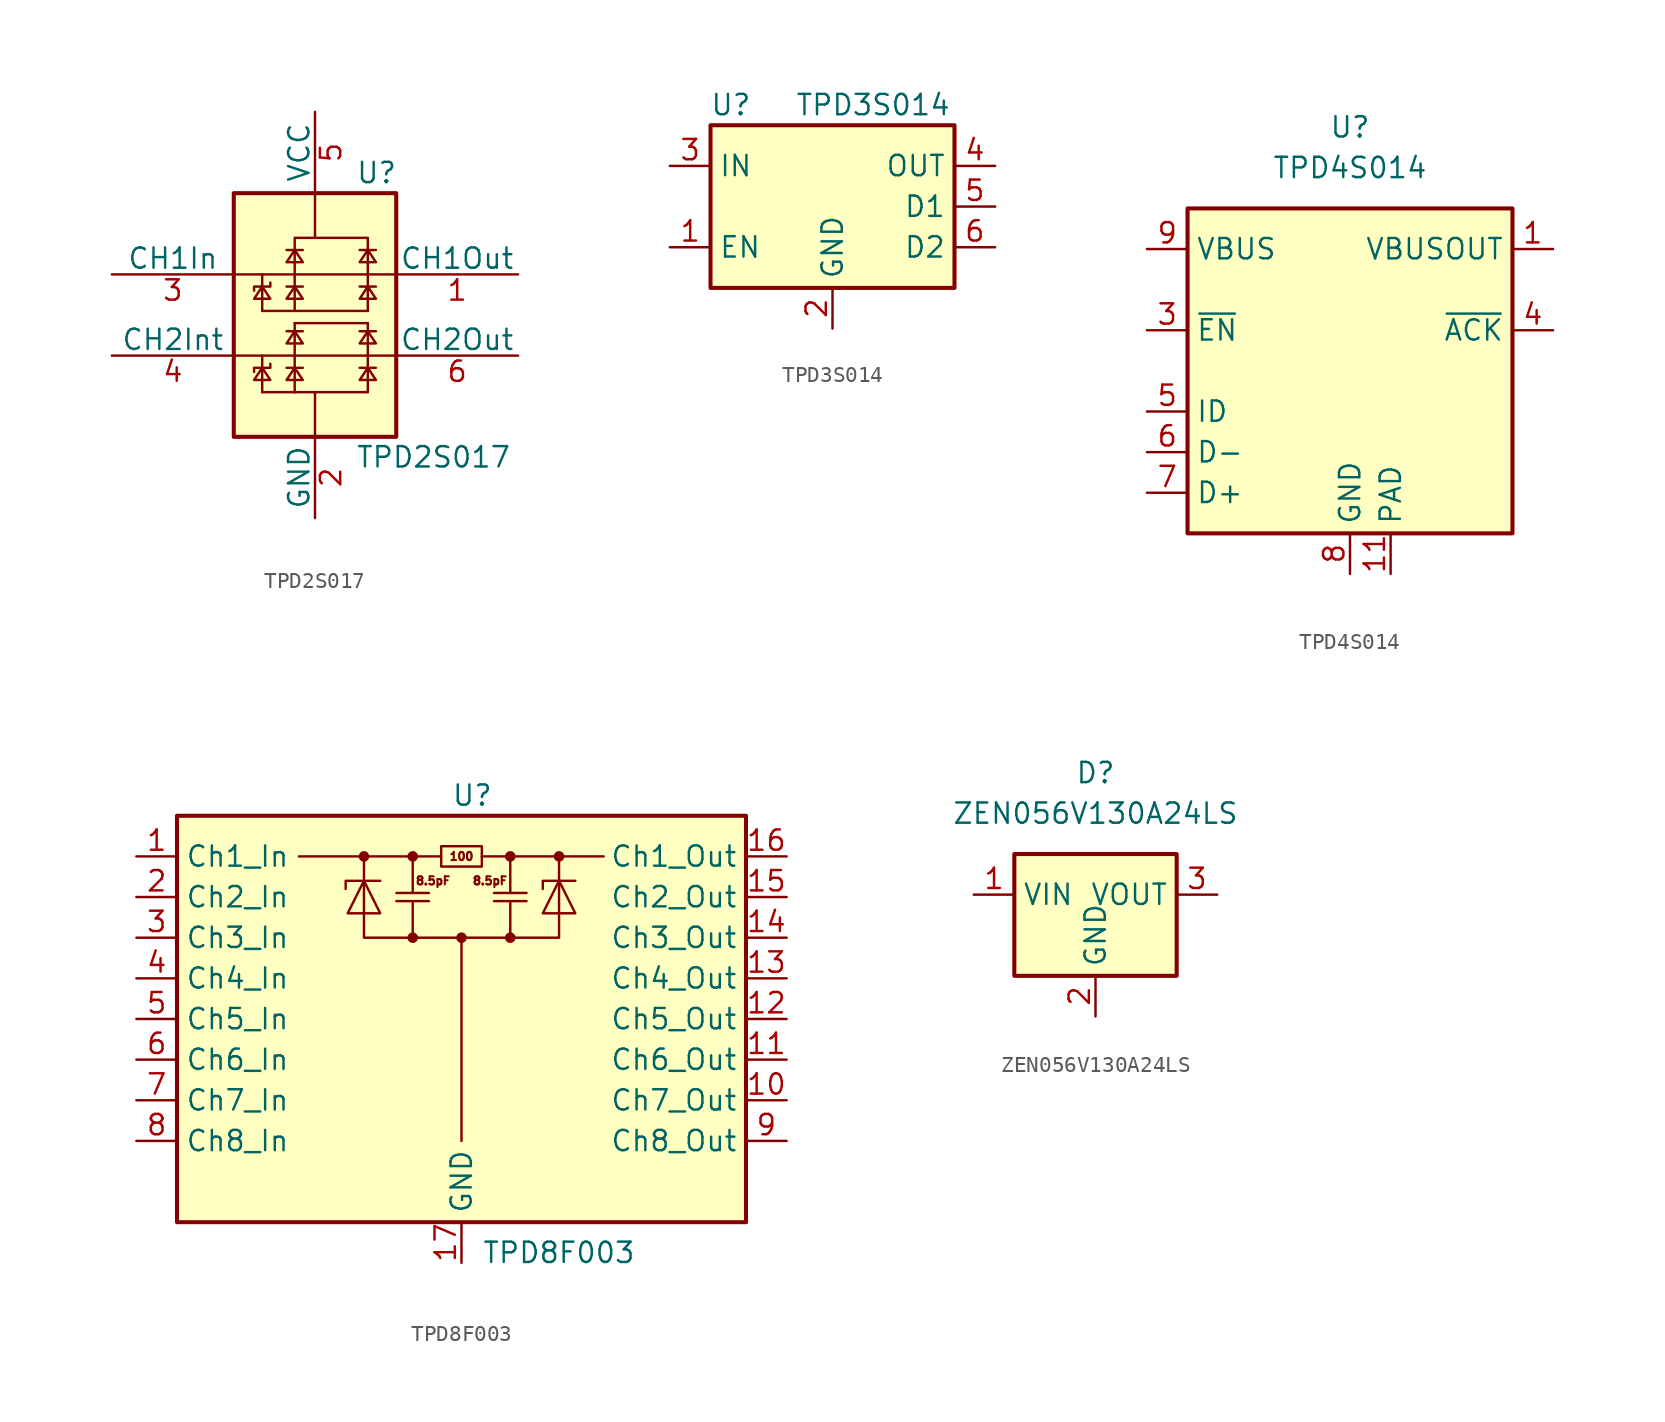
<source format=kicad_sym>
(kicad_symbol_lib
  (version 20211014)
  (generator kicad_symbol_editor)
  (symbol "TPD2S017"
    (pin_names
      (offset 0))
    (property "Reference" "U"
      (at 2.54 8.89 0)
      (effects (font (size 1.27 1.27)) (justify left)))
    (property "Value" "TPD2S017"
      (at 2.54 -8.89 0)
      (effects (font (size 1.27 1.27)) (justify left)))
    (symbol "TPD2S017_0_1"
      (rectangle (start -5.08 7.62) (end 5.08 -7.62) (stroke (width 0.254) (type default) (color 0 0 0 0)) (fill (type background)))
      (polyline (pts (xy 0 4.826) (xy 0 7.62)) (stroke (width 0) (type default) (color 0 0 0 0)) (fill (type none)))
      (polyline (pts (xy -5.08 -2.54) (xy 5.08 -2.54) (xy 5.08 -2.54)) (stroke (width 0) (type default) (color 0 0 0 0)) (fill (type none)))
      (polyline (pts (xy -5.08 2.54) (xy 5.08 2.54) (xy 5.08 2.54)) (stroke (width 0) (type default) (color 0 0 0 0)) (fill (type none)))
      (polyline (pts (xy -3.302 -4.826) (xy -1.27 -4.826) (xy -1.27 -4.826)) (stroke (width 0) (type default) (color 0 0 0 0)) (fill (type none)))
      (polyline (pts (xy -3.302 -3.302) (xy -3.302 -2.54) (xy -3.302 -2.54)) (stroke (width 0) (type default) (color 0 0 0 0)) (fill (type none)))
      (polyline (pts (xy -3.302 0.254) (xy -3.302 1.778) (xy -3.302 1.016)) (stroke (width 0) (type default) (color 0 0 0 0)) (fill (type none)))
      (polyline (pts (xy -3.302 0.254) (xy -1.27 0.254) (xy -1.27 0.254)) (stroke (width 0) (type default) (color 0 0 0 0)) (fill (type none)))
      (polyline (pts (xy -3.302 1.778) (xy -3.302 2.54) (xy -3.302 2.54)) (stroke (width 0) (type default) (color 0 0 0 0)) (fill (type none)))
      (polyline (pts (xy -1.778 -3.302) (xy -1.27 -3.302) (xy -0.762 -3.302)) (stroke (width 0) (type default) (color 0 0 0 0)) (fill (type none)))
      (polyline (pts (xy -1.778 -1.016) (xy -1.27 -1.016) (xy -0.762 -1.016)) (stroke (width 0) (type default) (color 0 0 0 0)) (fill (type none)))
      (polyline (pts (xy -1.778 1.778) (xy -1.27 1.778) (xy -0.762 1.778)) (stroke (width 0) (type default) (color 0 0 0 0)) (fill (type none)))
      (polyline (pts (xy -1.778 4.064) (xy -1.27 4.064) (xy -0.762 4.064)) (stroke (width 0) (type default) (color 0 0 0 0)) (fill (type none)))
      (polyline (pts (xy -1.27 -4.826) (xy -1.27 -3.302) (xy -1.27 -4.064)) (stroke (width 0) (type default) (color 0 0 0 0)) (fill (type none)))
      (polyline (pts (xy -1.27 -4.826) (xy 3.302 -4.826) (xy 3.302 -4.826)) (stroke (width 0) (type default) (color 0 0 0 0)) (fill (type none)))
      (polyline (pts (xy -1.27 -1.016) (xy -1.27 -0.508) (xy -1.27 -0.508)) (stroke (width 0) (type default) (color 0 0 0 0)) (fill (type none)))
      (polyline (pts (xy -1.27 -0.508) (xy 3.302 -0.508) (xy 3.302 -0.508)) (stroke (width 0) (type default) (color 0 0 0 0)) (fill (type none)))
      (polyline (pts (xy -1.27 0.254) (xy -1.27 1.778) (xy -1.27 1.016)) (stroke (width 0) (type default) (color 0 0 0 0)) (fill (type none)))
      (polyline (pts (xy -1.27 0.254) (xy 3.302 0.254) (xy 3.302 0.254)) (stroke (width 0) (type default) (color 0 0 0 0)) (fill (type none)))
      (polyline (pts (xy 0 -7.62) (xy 0 -4.826) (xy 0 -4.826)) (stroke (width 0) (type default) (color 0 0 0 0)) (fill (type none)))
      (polyline (pts (xy 2.794 -3.302) (xy 3.302 -3.302) (xy 3.81 -3.302)) (stroke (width 0) (type default) (color 0 0 0 0)) (fill (type none)))
      (polyline (pts (xy 2.794 -1.016) (xy 3.302 -1.016) (xy 3.81 -1.016)) (stroke (width 0) (type default) (color 0 0 0 0)) (fill (type none)))
      (polyline (pts (xy 2.794 1.778) (xy 3.302 1.778) (xy 3.81 1.778)) (stroke (width 0) (type default) (color 0 0 0 0)) (fill (type none)))
      (polyline (pts (xy 2.794 4.064) (xy 3.302 4.064) (xy 3.81 4.064)) (stroke (width 0) (type default) (color 0 0 0 0)) (fill (type none)))
      (polyline (pts (xy 3.302 -1.016) (xy 3.302 -0.508) (xy 3.302 -0.508)) (stroke (width 0) (type default) (color 0 0 0 0)) (fill (type none)))
      (polyline (pts (xy -3.302 -4.826) (xy -3.302 -3.302) (xy -3.302 -4.064) (xy -3.302 -4.064)) (stroke (width 0) (type default) (color 0 0 0 0)) (fill (type none)))
      (polyline (pts (xy 3.302 -4.826) (xy 3.302 -3.302) (xy 3.302 -4.064) (xy 3.302 -4.064)) (stroke (width 0) (type default) (color 0 0 0 0)) (fill (type none)))
      (polyline (pts (xy 3.302 0.254) (xy 3.302 1.778) (xy 3.302 1.016) (xy 3.302 1.016)) (stroke (width 0) (type default) (color 0 0 0 0)) (fill (type none)))
      (polyline (pts (xy -3.302 -3.302) (xy -3.81 -4.064) (xy -2.794 -4.064) (xy -3.302 -3.302) (xy -3.302 -3.302)) (stroke (width 0) (type default) (color 0 0 0 0)) (fill (type none)))
      (polyline (pts (xy -3.302 1.778) (xy -3.81 1.016) (xy -2.794 1.016) (xy -3.302 1.778) (xy -3.302 1.778)) (stroke (width 0) (type default) (color 0 0 0 0)) (fill (type none)))
      (polyline (pts (xy -2.794 -3.048) (xy -2.794 -3.302) (xy -3.81 -3.302) (xy -3.81 -3.556) (xy -3.81 -3.556)) (stroke (width 0) (type default) (color 0 0 0 0)) (fill (type none)))
      (polyline (pts (xy -2.794 2.032) (xy -2.794 1.778) (xy -3.81 1.778) (xy -3.81 1.524) (xy -3.81 1.524)) (stroke (width 0) (type default) (color 0 0 0 0)) (fill (type none)))
      (polyline (pts (xy -1.27 -3.302) (xy -1.778 -4.064) (xy -0.762 -4.064) (xy -1.27 -3.302) (xy -1.27 -3.302)) (stroke (width 0) (type default) (color 0 0 0 0)) (fill (type none)))
      (polyline (pts (xy -1.27 -3.302) (xy -1.27 -1.016) (xy -1.27 -1.778) (xy -1.27 -1.778) (xy -1.27 -1.778)) (stroke (width 0) (type default) (color 0 0 0 0)) (fill (type none)))
      (polyline (pts (xy -1.27 -1.016) (xy -1.778 -1.778) (xy -0.762 -1.778) (xy -1.27 -1.016) (xy -1.27 -1.016)) (stroke (width 0) (type default) (color 0 0 0 0)) (fill (type none)))
      (polyline (pts (xy -1.27 1.778) (xy -1.778 1.016) (xy -0.762 1.016) (xy -1.27 1.778) (xy -1.27 1.778)) (stroke (width 0) (type default) (color 0 0 0 0)) (fill (type none)))
      (polyline (pts (xy -1.27 1.778) (xy -1.27 4.064) (xy -1.27 3.302) (xy -1.27 3.302) (xy -1.27 3.302)) (stroke (width 0) (type default) (color 0 0 0 0)) (fill (type none)))
      (polyline (pts (xy -1.27 4.064) (xy -1.778 3.302) (xy -0.762 3.302) (xy -1.27 4.064) (xy -1.27 4.064)) (stroke (width 0) (type default) (color 0 0 0 0)) (fill (type none)))
      (polyline (pts (xy -1.27 4.064) (xy -1.27 4.826) (xy 3.302 4.826) (xy 3.302 4.064) (xy 3.302 4.064)) (stroke (width 0) (type default) (color 0 0 0 0)) (fill (type none)))
      (polyline (pts (xy 3.302 -3.302) (xy 2.794 -4.064) (xy 3.81 -4.064) (xy 3.302 -3.302) (xy 3.302 -3.302)) (stroke (width 0) (type default) (color 0 0 0 0)) (fill (type none)))
      (polyline (pts (xy 3.302 -3.302) (xy 3.302 -1.016) (xy 3.302 -1.778) (xy 3.302 -1.778) (xy 3.302 -1.778)) (stroke (width 0) (type default) (color 0 0 0 0)) (fill (type none)))
      (polyline (pts (xy 3.302 -1.016) (xy 2.794 -1.778) (xy 3.81 -1.778) (xy 3.302 -1.016) (xy 3.302 -1.016)) (stroke (width 0) (type default) (color 0 0 0 0)) (fill (type none)))
      (polyline (pts (xy 3.302 1.778) (xy 2.794 1.016) (xy 3.81 1.016) (xy 3.302 1.778) (xy 3.302 1.778)) (stroke (width 0) (type default) (color 0 0 0 0)) (fill (type none)))
      (polyline (pts (xy 3.302 1.778) (xy 3.302 4.064) (xy 3.302 3.302) (xy 3.302 3.302) (xy 3.302 3.302)) (stroke (width 0) (type default) (color 0 0 0 0)) (fill (type none)))
      (polyline (pts (xy 3.302 4.064) (xy 2.794 3.302) (xy 3.81 3.302) (xy 3.302 4.064) (xy 3.302 4.064)) (stroke (width 0) (type default) (color 0 0 0 0)) (fill (type none))))
    (symbol "TPD2S017_1_1"
      (pin passive line (at 12.7 2.54 180) (length 7.62) (name "CH1Out" (effects (font (size 1.27 1.27)))) (number "1" (effects (font (size 1.27 1.27)))))
      (pin power_in line (at 0 -12.7 90) (length 5.08) (name "GND" (effects (font (size 1.27 1.27)))) (number "2" (effects (font (size 1.27 1.27)))))
      (pin passive line (at -12.7 2.54 0) (length 7.62) (name "CH1In" (effects (font (size 1.27 1.27)))) (number "3" (effects (font (size 1.27 1.27)))))
      (pin passive line (at -12.7 -2.54 0) (length 7.62) (name "CH2Int" (effects (font (size 1.27 1.27)))) (number "4" (effects (font (size 1.27 1.27)))))
      (pin power_in line (at 0 12.7 270) (length 5.08) (name "VCC" (effects (font (size 1.27 1.27)))) (number "5" (effects (font (size 1.27 1.27)))))
      (pin passive line (at 12.7 -2.54 180) (length 7.62) (name "CH2Out" (effects (font (size 1.27 1.27)))) (number "6" (effects (font (size 1.27 1.27)))))))
  (symbol "TPD3S014"
    (property "Reference" "U"
      (at -6.35 6.35 0)
      (effects (font (size 1.27 1.27))))
    (property "Value" "TPD3S014"
      (at 2.54 6.35 0)
      (effects (font (size 1.27 1.27))))
    (symbol "TPD3S014_0_1"
      (rectangle (start -7.62 5.08) (end 7.62 -5.08) (stroke (width 0.254) (type default) (color 0 0 0 0)) (fill (type background))))
    (symbol "TPD3S014_1_1"
      (pin input line (at -10.16 -2.54 0) (length 2.54) (name "EN" (effects (font (size 1.27 1.27)))) (number "1" (effects (font (size 1.27 1.27)))))
      (pin power_in line (at 0 -7.62 90) (length 2.54) (name "GND" (effects (font (size 1.27 1.27)))) (number "2" (effects (font (size 1.27 1.27)))))
      (pin power_in line (at -10.16 2.54 0) (length 2.54) (name "IN" (effects (font (size 1.27 1.27)))) (number "3" (effects (font (size 1.27 1.27)))))
      (pin passive line (at 10.16 2.54 180) (length 2.54) (name "OUT" (effects (font (size 1.27 1.27)))) (number "4" (effects (font (size 1.27 1.27)))))
      (pin passive line (at 10.16 0 180) (length 2.54) (name "D1" (effects (font (size 1.27 1.27)))) (number "5" (effects (font (size 1.27 1.27)))))
      (pin passive line (at 10.16 -2.54 180) (length 2.54) (name "D2" (effects (font (size 1.27 1.27)))) (number "6" (effects (font (size 1.27 1.27)))))))
  (symbol "TPD4S014"
    (property "Reference" "U"
      (at 0 15.24 0)
      (effects (font (size 1.27 1.27))))
    (property "Value" "TPD4S014"
      (at 0 12.7 0)
      (effects (font (size 1.27 1.27))))
    (symbol "TPD4S014_0_1"
      (rectangle (start -10.16 10.16) (end 10.16 -10.16) (stroke (width 0.254) (type default) (color 0 0 0 0)) (fill (type background))))
    (symbol "TPD4S014_1_1"
      (pin power_out line (at 12.7 7.62 180) (length 2.54) (name "VBUSOUT" (effects (font (size 1.27 1.27)))) (number "1" (effects (font (size 1.27 1.27)))))
      (pin passive line (at -12.7 7.62 0) (length 2.54) hide (name "VBUS" (effects (font (size 1.27 1.27)))) (number "10" (effects (font (size 1.27 1.27)))))
      (pin power_in line (at 2.54 -12.7 90) (length 2.54) (name "PAD" (effects (font (size 1.27 1.27)))) (number "11" (effects (font (size 1.27 1.27)))))
      (pin passive line (at 12.7 7.62 180) (length 2.54) hide (name "VBUSOUT" (effects (font (size 1.27 1.27)))) (number "2" (effects (font (size 1.27 1.27)))))
      (pin input line (at -12.7 2.54 0) (length 2.54) (name "~{EN}" (effects (font (size 1.27 1.27)))) (number "3" (effects (font (size 1.27 1.27)))))
      (pin open_collector line (at 12.7 2.54 180) (length 2.54) (name "~{ACK}" (effects (font (size 1.27 1.27)))) (number "4" (effects (font (size 1.27 1.27)))))
      (pin passive line (at -12.7 -2.54 0) (length 2.54) (name "ID" (effects (font (size 1.27 1.27)))) (number "5" (effects (font (size 1.27 1.27)))))
      (pin passive line (at -12.7 -5.08 0) (length 2.54) (name "D-" (effects (font (size 1.27 1.27)))) (number "6" (effects (font (size 1.27 1.27)))))
      (pin passive line (at -12.7 -7.62 0) (length 2.54) (name "D+" (effects (font (size 1.27 1.27)))) (number "7" (effects (font (size 1.27 1.27)))))
      (pin power_in line (at 0 -12.7 90) (length 2.54) (name "GND" (effects (font (size 1.27 1.27)))) (number "8" (effects (font (size 1.27 1.27)))))
      (pin power_in line (at -12.7 7.62 0) (length 2.54) (name "VBUS" (effects (font (size 1.27 1.27)))) (number "9" (effects (font (size 1.27 1.27)))))))
  (symbol "TPD8F003"
    (property "Reference" "U"
      (at -0.635 13.97 0)
      (effects (font (size 1.27 1.27)) (justify left)))
    (property "Value" "TPD8F003"
      (at 1.27 -14.605 0)
      (effects (font (size 1.27 1.27)) (justify left)))
    (symbol "TPD8F003_0_0"
      (circle (center -6.096 10.16) (radius 0.254) (stroke (width 0) (type default) (color 0 0 0 0)) (fill (type outline)))
      (circle (center -3.048 5.08) (radius 0.254) (stroke (width 0) (type default) (color 0 0 0 0)) (fill (type outline)))
      (circle (center -3.048 10.16) (radius 0.254) (stroke (width 0) (type default) (color 0 0 0 0)) (fill (type outline)))
      (polyline (pts (xy -6.096 10.16) (xy -6.096 5.08) (xy 6.096 5.08) (xy 6.096 10.16)) (stroke (width 0) (type default) (color 0 0 0 0)) (fill (type none)))
      (circle (center 0 5.08) (radius 0.254) (stroke (width 0) (type default) (color 0 0 0 0)) (fill (type outline)))
      (circle (center 3.048 5.08) (radius 0.254) (stroke (width 0) (type default) (color 0 0 0 0)) (fill (type outline)))
      (circle (center 3.048 10.16) (radius 0.254) (stroke (width 0) (type default) (color 0 0 0 0)) (fill (type outline)))
      (circle (center 6.096 10.16) (radius 0.254) (stroke (width 0) (type default) (color 0 0 0 0)) (fill (type outline)))
      (text "100" (at 0 10.16 0) (effects (font (size 0.508 0.508))))
      (text "8.5pF" (at -1.778 8.636 0) (effects (font (size 0.508 0.508))))
      (text "8.5pF" (at 1.778 8.636 0) (effects (font (size 0.508 0.508)))))
    (symbol "TPD8F003_0_1"
      (rectangle (start -17.78 12.7) (end 17.78 -12.7) (stroke (width 0.254) (type default) (color 0 0 0 0)) (fill (type background)))
      (polyline (pts (xy -4.064 7.874) (xy -2.032 7.874)) (stroke (width 0) (type default) (color 0 0 0 0)) (fill (type none)))
      (polyline (pts (xy -3.048 7.366) (xy -3.048 5.08)) (stroke (width 0) (type default) (color 0 0 0 0)) (fill (type none)))
      (polyline (pts (xy -3.048 10.16) (xy -3.048 7.874)) (stroke (width 0) (type default) (color 0 0 0 0)) (fill (type none)))
      (polyline (pts (xy -2.032 7.366) (xy -4.064 7.366)) (stroke (width 0) (type default) (color 0 0 0 0)) (fill (type none)))
      (polyline (pts (xy -1.27 10.16) (xy -10.16 10.16)) (stroke (width 0) (type default) (color 0 0 0 0)) (fill (type none)))
      (polyline (pts (xy 0 5.08) (xy 0 -7.62)) (stroke (width 0) (type default) (color 0 0 0 0)) (fill (type none)))
      (polyline (pts (xy 1.27 10.16) (xy 8.89 10.16)) (stroke (width 0) (type default) (color 0 0 0 0)) (fill (type none)))
      (polyline (pts (xy 2.032 7.874) (xy 4.064 7.874)) (stroke (width 0) (type default) (color 0 0 0 0)) (fill (type none)))
      (polyline (pts (xy 3.048 7.366) (xy 3.048 5.08)) (stroke (width 0) (type default) (color 0 0 0 0)) (fill (type none)))
      (polyline (pts (xy 3.048 10.16) (xy 3.048 7.874)) (stroke (width 0) (type default) (color 0 0 0 0)) (fill (type none)))
      (polyline (pts (xy 4.064 7.366) (xy 2.032 7.366)) (stroke (width 0) (type default) (color 0 0 0 0)) (fill (type none)))
      (polyline (pts (xy -5.08 8.636) (xy -7.239 8.636) (xy -7.239 8.128)) (stroke (width 0) (type default) (color 0 0 0 0)) (fill (type none)))
      (polyline (pts (xy 5.08 8.128) (xy 5.08 8.636) (xy 7.112 8.636)) (stroke (width 0) (type default) (color 0 0 0 0)) (fill (type none)))
      (polyline (pts (xy -6.096 8.636) (xy -5.08 6.604) (xy -7.112 6.604) (xy -6.096 8.636)) (stroke (width 0) (type default) (color 0 0 0 0)) (fill (type none)))
      (polyline (pts (xy 6.096 8.636) (xy 5.08 6.604) (xy 7.112 6.604) (xy 6.096 8.636)) (stroke (width 0) (type default) (color 0 0 0 0)) (fill (type none)))
      (polyline (pts (xy -1.27 10.16) (xy -1.27 9.525) (xy 1.27 9.525) (xy 1.27 10.795) (xy -1.27 10.795) (xy -1.27 10.16)) (stroke (width 0) (type default) (color 0 0 0 0)) (fill (type none))))
    (symbol "TPD8F003_1_1"
      (pin passive line (at -20.32 10.16 0) (length 2.54) (name "Ch1_In" (effects (font (size 1.27 1.27)))) (number "1" (effects (font (size 1.27 1.27)))))
      (pin passive line (at 20.32 -5.08 180) (length 2.54) (name "Ch7_Out" (effects (font (size 1.27 1.27)))) (number "10" (effects (font (size 1.27 1.27)))))
      (pin passive line (at 20.32 -2.54 180) (length 2.54) (name "Ch6_Out" (effects (font (size 1.27 1.27)))) (number "11" (effects (font (size 1.27 1.27)))))
      (pin passive line (at 20.32 0 180) (length 2.54) (name "Ch5_Out" (effects (font (size 1.27 1.27)))) (number "12" (effects (font (size 1.27 1.27)))))
      (pin passive line (at 20.32 2.54 180) (length 2.54) (name "Ch4_Out" (effects (font (size 1.27 1.27)))) (number "13" (effects (font (size 1.27 1.27)))))
      (pin passive line (at 20.32 5.08 180) (length 2.54) (name "Ch3_Out" (effects (font (size 1.27 1.27)))) (number "14" (effects (font (size 1.27 1.27)))))
      (pin passive line (at 20.32 7.62 180) (length 2.54) (name "Ch2_Out" (effects (font (size 1.27 1.27)))) (number "15" (effects (font (size 1.27 1.27)))))
      (pin passive line (at 20.32 10.16 180) (length 2.54) (name "Ch1_Out" (effects (font (size 1.27 1.27)))) (number "16" (effects (font (size 1.27 1.27)))))
      (pin power_in line (at 0 -15.24 90) (length 2.54) (name "GND" (effects (font (size 1.27 1.27)))) (number "17" (effects (font (size 1.27 1.27)))))
      (pin passive line (at -20.32 7.62 0) (length 2.54) (name "Ch2_In" (effects (font (size 1.27 1.27)))) (number "2" (effects (font (size 1.27 1.27)))))
      (pin passive line (at -20.32 5.08 0) (length 2.54) (name "Ch3_In" (effects (font (size 1.27 1.27)))) (number "3" (effects (font (size 1.27 1.27)))))
      (pin passive line (at -20.32 2.54 0) (length 2.54) (name "Ch4_In" (effects (font (size 1.27 1.27)))) (number "4" (effects (font (size 1.27 1.27)))))
      (pin passive line (at -20.32 0 0) (length 2.54) (name "Ch5_In" (effects (font (size 1.27 1.27)))) (number "5" (effects (font (size 1.27 1.27)))))
      (pin passive line (at -20.32 -2.54 0) (length 2.54) (name "Ch6_In" (effects (font (size 1.27 1.27)))) (number "6" (effects (font (size 1.27 1.27)))))
      (pin passive line (at -20.32 -5.08 0) (length 2.54) (name "Ch7_In" (effects (font (size 1.27 1.27)))) (number "7" (effects (font (size 1.27 1.27)))))
      (pin passive line (at -20.32 -7.62 0) (length 2.54) (name "Ch8_In" (effects (font (size 1.27 1.27)))) (number "8" (effects (font (size 1.27 1.27)))))
      (pin passive line (at 20.32 -7.62 180) (length 2.54) (name "Ch8_Out" (effects (font (size 1.27 1.27)))) (number "9" (effects (font (size 1.27 1.27)))))))
  (symbol "ZEN056V130A24LS"
    (property "Reference" "D"
      (at 0 10.16 0)
      (effects (font (size 1.27 1.27))))
    (property "Value" "ZEN056V130A24LS"
      (at 0 7.62 0)
      (effects (font (size 1.27 1.27))))
    (symbol "ZEN056V130A24LS_0_1"
      (rectangle (start -5.08 5.08) (end 5.08 -2.54) (stroke (width 0.254) (type default) (color 0 0 0 0)) (fill (type background))))
    (symbol "ZEN056V130A24LS_1_1"
      (pin passive line (at -7.62 2.54 0) (length 2.54) (name "VIN" (effects (font (size 1.27 1.27)))) (number "1" (effects (font (size 1.27 1.27)))))
      (pin power_in line (at 0 -5.08 90) (length 2.54) (name "GND" (effects (font (size 1.27 1.27)))) (number "2" (effects (font (size 1.27 1.27)))))
      (pin passive line (at 7.62 2.54 180) (length 2.54) (name "VOUT" (effects (font (size 1.27 1.27)))) (number "3" (effects (font (size 1.27 1.27))))))))
</source>
